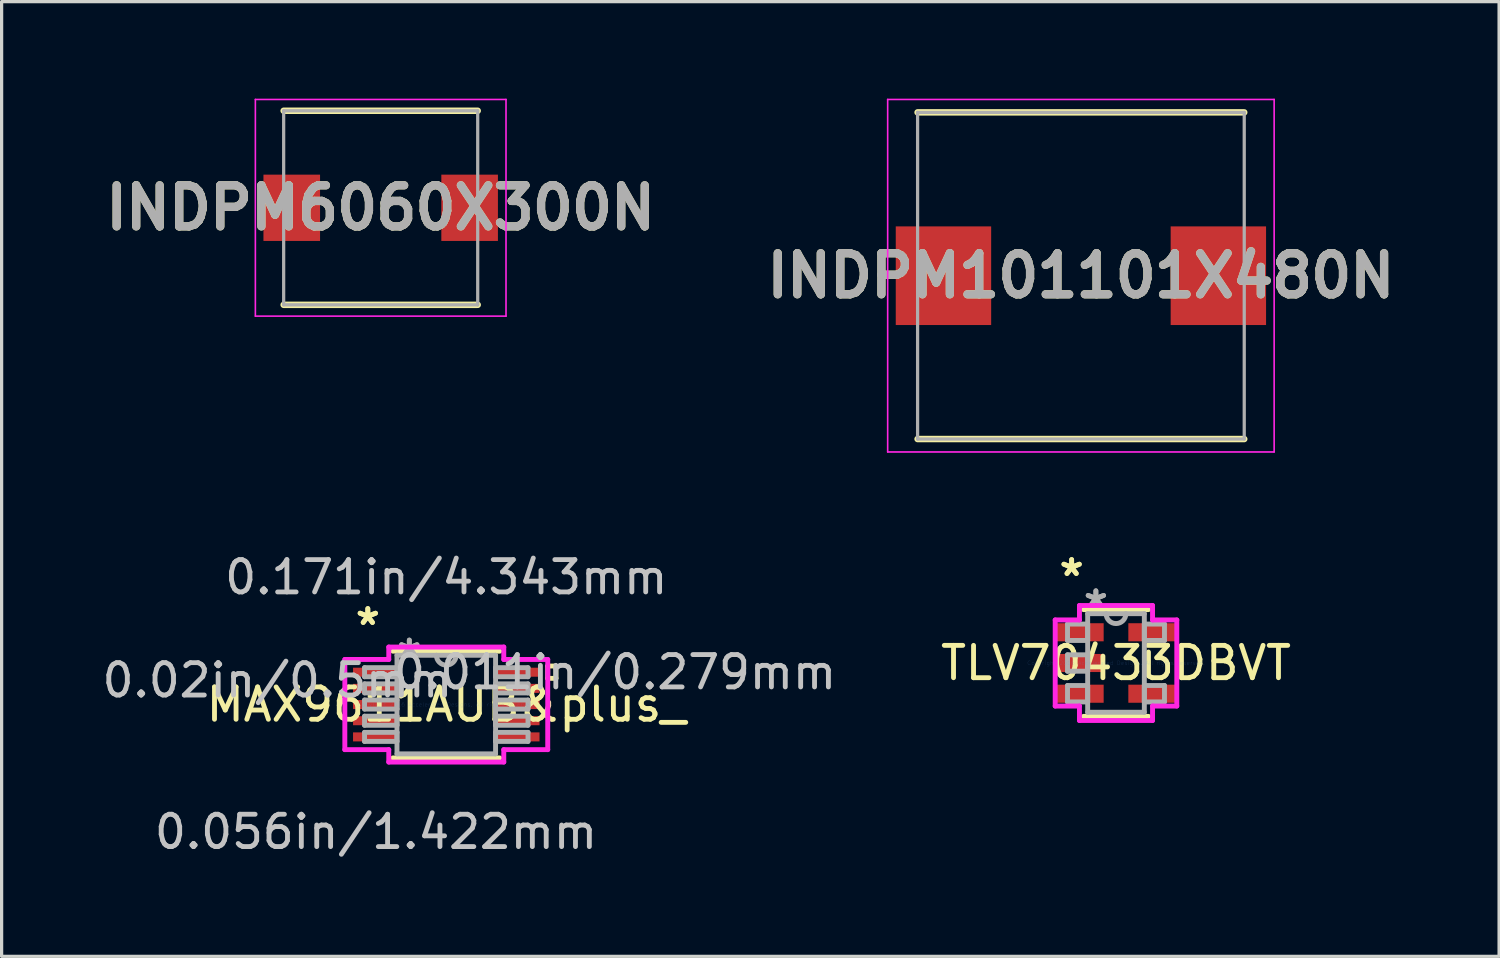
<source format=kicad_pcb>
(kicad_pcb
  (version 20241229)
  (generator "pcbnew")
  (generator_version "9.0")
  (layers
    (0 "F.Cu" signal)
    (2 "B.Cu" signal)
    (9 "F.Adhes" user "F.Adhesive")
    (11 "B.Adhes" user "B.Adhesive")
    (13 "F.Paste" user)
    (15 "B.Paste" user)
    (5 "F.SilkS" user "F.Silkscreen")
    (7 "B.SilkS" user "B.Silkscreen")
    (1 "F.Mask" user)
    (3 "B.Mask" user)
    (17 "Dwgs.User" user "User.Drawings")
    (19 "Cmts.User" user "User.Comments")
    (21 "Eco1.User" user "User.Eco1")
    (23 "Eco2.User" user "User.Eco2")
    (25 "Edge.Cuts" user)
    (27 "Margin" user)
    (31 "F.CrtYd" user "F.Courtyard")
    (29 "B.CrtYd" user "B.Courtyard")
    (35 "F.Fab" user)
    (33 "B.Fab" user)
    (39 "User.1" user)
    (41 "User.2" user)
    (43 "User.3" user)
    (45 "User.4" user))
  (footprint "MAX9611AUB&plus_"
    (layer "F.Cu")
    (at 10.749 18.735)
    (property "Reference" "MAX9611AUB&plus_" (at 0 0 0) (layer "F.SilkS") (effects (font (size 1 1) (thickness 0.15))))
    (attr through_hole)
    (fp_line (start -1.651 1.651) (end 1.651 1.651) (stroke (width 0.152) (type solid)) (layer "F.SilkS"))
    (fp_line (start 1.651 -1.651) (end -1.651 -1.651) (stroke (width 0.152) (type solid)) (layer "F.SilkS"))
    (fp_line (start 3.137 -1.191) (end 3.391 -1.191) (stroke (width 0.152) (type solid)) (layer "F.SilkS"))
    (fp_line (start 3.137 -0.81) (end 3.137 -1.191) (stroke (width 0.152) (type solid)) (layer "F.SilkS"))
    (fp_line (start 3.391 -1.191) (end 3.391 -0.81) (stroke (width 0.152) (type solid)) (layer "F.SilkS"))
    (fp_line (start 3.391 -0.81) (end 3.137 -0.81) (stroke (width 0.152) (type solid)) (layer "F.SilkS"))
    (fp_line (start -3.137 -1.394) (end -1.778 -1.394) (stroke (width 0.152) (type solid)) (layer "F.CrtYd"))
    (fp_line (start -3.137 1.394) (end -3.137 -1.394) (stroke (width 0.152) (type solid)) (layer "F.CrtYd"))
    (fp_line (start -1.778 -1.778) (end 1.778 -1.778) (stroke (width 0.152) (type solid)) (layer "F.CrtYd"))
    (fp_line (start -1.778 -1.394) (end -1.778 -1.778) (stroke (width 0.152) (type solid)) (layer "F.CrtYd"))
    (fp_line (start -1.778 1.394) (end -3.137 1.394) (stroke (width 0.152) (type solid)) (layer "F.CrtYd"))
    (fp_line (start -1.778 1.778) (end -1.778 1.394) (stroke (width 0.152) (type solid)) (layer "F.CrtYd"))
    (fp_line (start 1.778 -1.778) (end 1.778 -1.394) (stroke (width 0.152) (type solid)) (layer "F.CrtYd"))
    (fp_line (start 1.778 -1.394) (end 3.137 -1.394) (stroke (width 0.152) (type solid)) (layer "F.CrtYd"))
    (fp_line (start 1.778 1.394) (end 1.778 1.778) (stroke (width 0.152) (type solid)) (layer "F.CrtYd"))
    (fp_line (start 1.778 1.778) (end -1.778 1.778) (stroke (width 0.152) (type solid)) (layer "F.CrtYd"))
    (fp_line (start 3.137 -1.394) (end 3.137 1.394) (stroke (width 0.152) (type solid)) (layer "F.CrtYd"))
    (fp_line (start 3.137 1.394) (end 1.778 1.394) (stroke (width 0.152) (type solid)) (layer "F.CrtYd"))
    (fp_line (start -2.527 -1.14) (end -2.527 -0.86) (stroke (width 0.152) (type solid)) (layer "F.Fab"))
    (fp_line (start -2.527 -0.86) (end -1.524 -0.86) (stroke (width 0.152) (type solid)) (layer "F.Fab"))
    (fp_line (start -2.527 -0.64) (end -2.527 -0.36) (stroke (width 0.152) (type solid)) (layer "F.Fab"))
    (fp_line (start -2.527 -0.36) (end -1.524 -0.36) (stroke (width 0.152) (type solid)) (layer "F.Fab"))
    (fp_line (start -2.527 -0.14) (end -2.527 0.14) (stroke (width 0.152) (type solid)) (layer "F.Fab"))
    (fp_line (start -2.527 0.14) (end -1.524 0.14) (stroke (width 0.152) (type solid)) (layer "F.Fab"))
    (fp_line (start -2.527 0.36) (end -2.527 0.64) (stroke (width 0.152) (type solid)) (layer "F.Fab"))
    (fp_line (start -2.527 0.64) (end -1.524 0.64) (stroke (width 0.152) (type solid)) (layer "F.Fab"))
    (fp_line (start -2.527 0.86) (end -2.527 1.14) (stroke (width 0.152) (type solid)) (layer "F.Fab"))
    (fp_line (start -2.527 1.14) (end -1.524 1.14) (stroke (width 0.152) (type solid)) (layer "F.Fab"))
    (fp_line (start -1.524 -1.524) (end -1.524 1.524) (stroke (width 0.152) (type solid)) (layer "F.Fab"))
    (fp_line (start -1.524 -1.14) (end -2.527 -1.14) (stroke (width 0.152) (type solid)) (layer "F.Fab"))
    (fp_line (start -1.524 -0.86) (end -1.524 -1.14) (stroke (width 0.152) (type solid)) (layer "F.Fab"))
    (fp_line (start -1.524 -0.64) (end -2.527 -0.64) (stroke (width 0.152) (type solid)) (layer "F.Fab"))
    (fp_line (start -1.524 -0.36) (end -1.524 -0.64) (stroke (width 0.152) (type solid)) (layer "F.Fab"))
    (fp_line (start -1.524 -0.14) (end -2.527 -0.14) (stroke (width 0.152) (type solid)) (layer "F.Fab"))
    (fp_line (start -1.524 0.14) (end -1.524 -0.14) (stroke (width 0.152) (type solid)) (layer "F.Fab"))
    (fp_line (start -1.524 0.36) (end -2.527 0.36) (stroke (width 0.152) (type solid)) (layer "F.Fab"))
    (fp_line (start -1.524 0.64) (end -1.524 0.36) (stroke (width 0.152) (type solid)) (layer "F.Fab"))
    (fp_line (start -1.524 0.86) (end -2.527 0.86) (stroke (width 0.152) (type solid)) (layer "F.Fab"))
    (fp_line (start -1.524 1.14) (end -1.524 0.86) (stroke (width 0.152) (type solid)) (layer "F.Fab"))
    (fp_line (start -1.524 1.524) (end 1.524 1.524) (stroke (width 0.152) (type solid)) (layer "F.Fab"))
    (fp_line (start 1.524 -1.524) (end -1.524 -1.524) (stroke (width 0.152) (type solid)) (layer "F.Fab"))
    (fp_line (start 1.524 -1.14) (end 1.524 -0.86) (stroke (width 0.152) (type solid)) (layer "F.Fab"))
    (fp_line (start 1.524 -0.86) (end 2.527 -0.86) (stroke (width 0.152) (type solid)) (layer "F.Fab"))
    (fp_line (start 1.524 -0.64) (end 1.524 -0.36) (stroke (width 0.152) (type solid)) (layer "F.Fab"))
    (fp_line (start 1.524 -0.36) (end 2.527 -0.36) (stroke (width 0.152) (type solid)) (layer "F.Fab"))
    (fp_line (start 1.524 -0.14) (end 1.524 0.14) (stroke (width 0.152) (type solid)) (layer "F.Fab"))
    (fp_line (start 1.524 0.14) (end 2.527 0.14) (stroke (width 0.152) (type solid)) (layer "F.Fab"))
    (fp_line (start 1.524 0.36) (end 1.524 0.64) (stroke (width 0.152) (type solid)) (layer "F.Fab"))
    (fp_line (start 1.524 0.64) (end 2.527 0.64) (stroke (width 0.152) (type solid)) (layer "F.Fab"))
    (fp_line (start 1.524 0.86) (end 1.524 1.14) (stroke (width 0.152) (type solid)) (layer "F.Fab"))
    (fp_line (start 1.524 1.14) (end 2.527 1.14) (stroke (width 0.152) (type solid)) (layer "F.Fab"))
    (fp_line (start 1.524 1.524) (end 1.524 -1.524) (stroke (width 0.152) (type solid)) (layer "F.Fab"))
    (fp_line (start 2.527 -1.14) (end 1.524 -1.14) (stroke (width 0.152) (type solid)) (layer "F.Fab"))
    (fp_line (start 2.527 -0.86) (end 2.527 -1.14) (stroke (width 0.152) (type solid)) (layer "F.Fab"))
    (fp_line (start 2.527 -0.64) (end 1.524 -0.64) (stroke (width 0.152) (type solid)) (layer "F.Fab"))
    (fp_line (start 2.527 -0.36) (end 2.527 -0.64) (stroke (width 0.152) (type solid)) (layer "F.Fab"))
    (fp_line (start 2.527 -0.14) (end 1.524 -0.14) (stroke (width 0.152) (type solid)) (layer "F.Fab"))
    (fp_line (start 2.527 0.14) (end 2.527 -0.14) (stroke (width 0.152) (type solid)) (layer "F.Fab"))
    (fp_line (start 2.527 0.36) (end 1.524 0.36) (stroke (width 0.152) (type solid)) (layer "F.Fab"))
    (fp_line (start 2.527 0.64) (end 2.527 0.36) (stroke (width 0.152) (type solid)) (layer "F.Fab"))
    (fp_line (start 2.527 0.86) (end 1.524 0.86) (stroke (width 0.152) (type solid)) (layer "F.Fab"))
    (fp_line (start 2.527 1.14) (end 2.527 0.86) (stroke (width 0.152) (type solid)) (layer "F.Fab"))
    (fp_arc (start 0.3048 -1.524) (mid 0 -1.2192) (end -0.3048 -1.524) (stroke (width 0.1524) (type solid)) (layer "F.Fab"))
    (fp_text user "*" (at -2.426 -2.422 0) (layer "F.SilkS") (effects (font (size 1 1) (thickness 0.15))))
    (fp_text user "*" (at -2.426 -2.422 0) (layer "F.SilkS") (effects (font (size 1 1) (thickness 0.15))))
    (fp_text user "0.056in/1.422mm" (at -2.172 3.937 0) (layer "Dwgs.User") (effects (font (size 1 1) (thickness 0.15))))
    (fp_text user "0.011in/0.279mm" (at 5.22 -1 0) (layer "Dwgs.User") (effects (font (size 1 1) (thickness 0.15))))
    (fp_text user "0.02in/0.5mm" (at -5.22 -0.75 0) (layer "Dwgs.User") (effects (font (size 1 1) (thickness 0.15))))
    (fp_text user "0.171in/4.343mm" (at 0 -3.937 0) (layer "Dwgs.User") (effects (font (size 1 1) (thickness 0.15))))
    (fp_text user "Copyright 2016 Accelerated Designs. All rights reserved." (at 0 0 0) (layer "Cmts.User") (effects (font (size 0.127 0.127) (thickness 0.002))))
    (fp_text user "*" (at -1.143 -1.448 0) (layer "F.Fab") (effects (font (size 1 1) (thickness 0.15))))
    (fp_text user "*" (at -1.143 -1.448 0) (layer "F.Fab") (effects (font (size 1 1) (thickness 0.15))))
    (pad "1" smd rect (at -2.172 -1) (size 1.422 0.279) (layers "F.Cu" "F.Mask" "F.Paste"))
    (pad "2" smd rect (at -2.172 -0.5) (size 1.422 0.279) (layers "F.Cu" "F.Mask" "F.Paste"))
    (pad "3" smd rect (at -2.172 0) (size 1.422 0.279) (layers "F.Cu" "F.Mask" "F.Paste"))
    (pad "4" smd rect (at -2.172 0.5) (size 1.422 0.279) (layers "F.Cu" "F.Mask" "F.Paste"))
    (pad "5" smd rect (at -2.172 1) (size 1.422 0.279) (layers "F.Cu" "F.Mask" "F.Paste"))
    (pad "6" smd rect (at 2.172 1) (size 1.422 0.279) (layers "F.Cu" "F.Mask" "F.Paste"))
    (pad "7" smd rect (at 2.172 0.5) (size 1.422 0.279) (layers "F.Cu" "F.Mask" "F.Paste"))
    (pad "8" smd rect (at 2.172 0) (size 1.422 0.279) (layers "F.Cu" "F.Mask" "F.Paste"))
    (pad "9" smd rect (at 2.172 -0.5) (size 1.422 0.279) (layers "F.Cu" "F.Mask" "F.Paste"))
    (pad "10" smd rect (at 2.172 -1) (size 1.422 0.279) (layers "F.Cu" "F.Mask" "F.Paste")))
  (footprint "INDPM6060X300N"
    (layer "F.Cu")
    (at 8.721 3.375)
    (property "Reference" "INDPM6060X300N" (at 0 0 0) (layer "F.SilkS") (effects (font (size 1.27 1.27) (thickness 0.254))))
    (attr smd)
    (fp_line (start -3 3) (end 3 3) (stroke (width 0.2) (type solid)) (layer "F.SilkS"))
    (fp_line (start 3 -3) (end -3 -3) (stroke (width 0.2) (type solid)) (layer "F.SilkS"))
    (fp_line (start -3.875 -3.35) (end 3.875 -3.35) (stroke (width 0.05) (type solid)) (layer "F.CrtYd"))
    (fp_line (start -3.875 3.35) (end -3.875 -3.35) (stroke (width 0.05) (type solid)) (layer "F.CrtYd"))
    (fp_line (start 3.875 -3.35) (end 3.875 3.35) (stroke (width 0.05) (type solid)) (layer "F.CrtYd"))
    (fp_line (start 3.875 3.35) (end -3.875 3.35) (stroke (width 0.05) (type solid)) (layer "F.CrtYd"))
    (fp_line (start -3 -3) (end 3 -3) (stroke (width 0.1) (type solid)) (layer "F.Fab"))
    (fp_line (start -3 3) (end -3 -3) (stroke (width 0.1) (type solid)) (layer "F.Fab"))
    (fp_line (start 3 -3) (end 3 3) (stroke (width 0.1) (type solid)) (layer "F.Fab"))
    (fp_line (start 3 3) (end -3 3) (stroke (width 0.1) (type solid)) (layer "F.Fab"))
    (fp_text user "${REFERENCE}" (at 0 0 0) (layer "F.Fab") (effects (font (size 1.27 1.27) (thickness 0.254))))
    (pad "1" smd rect (at -2.75 0) (size 1.75 2.05) (layers "F.Cu" "F.Mask" "F.Paste"))
    (pad "2" smd rect (at 2.75 0) (size 1.75 2.05) (layers "F.Cu" "F.Mask" "F.Paste")))
  (footprint "INDPM101101X480N"
    (layer "F.Cu")
    (at 30.372 5.475)
    (property "Reference" "INDPM101101X480N" (at 0 0 0) (layer "F.SilkS") (effects (font (size 1.27 1.27) (thickness 0.254))))
    (attr smd)
    (fp_line (start -5.05 5.05) (end 5.05 5.05) (stroke (width 0.2) (type solid)) (layer "F.SilkS"))
    (fp_line (start 5.05 -5.05) (end -5.05 -5.05) (stroke (width 0.2) (type solid)) (layer "F.SilkS"))
    (fp_line (start -5.975 -5.45) (end 5.975 -5.45) (stroke (width 0.05) (type solid)) (layer "F.CrtYd"))
    (fp_line (start -5.975 5.45) (end -5.975 -5.45) (stroke (width 0.05) (type solid)) (layer "F.CrtYd"))
    (fp_line (start 5.975 -5.45) (end 5.975 5.45) (stroke (width 0.05) (type solid)) (layer "F.CrtYd"))
    (fp_line (start 5.975 5.45) (end -5.975 5.45) (stroke (width 0.05) (type solid)) (layer "F.CrtYd"))
    (fp_line (start -5.05 -5.05) (end 5.05 -5.05) (stroke (width 0.1) (type solid)) (layer "F.Fab"))
    (fp_line (start -5.05 5.05) (end -5.05 -5.05) (stroke (width 0.1) (type solid)) (layer "F.Fab"))
    (fp_line (start 5.05 -5.05) (end 5.05 5.05) (stroke (width 0.1) (type solid)) (layer "F.Fab"))
    (fp_line (start 5.05 5.05) (end -5.05 5.05) (stroke (width 0.1) (type solid)) (layer "F.Fab"))
    (fp_text user "${REFERENCE}" (at 0 0 0) (layer "F.Fab") (effects (font (size 1.27 1.27) (thickness 0.254))))
    (pad "1" smd rect (at -4.25 0) (size 2.95 3.05) (layers "F.Cu" "F.Mask" "F.Paste"))
    (pad "2" smd rect (at 4.25 0) (size 2.95 3.05) (layers "F.Cu" "F.Mask" "F.Paste")))
  (footprint "TLV70433DBVT"
    (layer "F.Cu")
    (at 31.457 17.45)
    (property "Reference" "TLV70433DBVT" (at 0 0 0) (layer "F.SilkS") (effects (font (size 1 1) (thickness 0.15))))
    (attr through_hole)
    (fp_line (start -1.003 1.651) (end 1.003 1.651) (stroke (width 0.152) (type solid)) (layer "F.SilkS"))
    (fp_line (start 1.003 -1.651) (end -1.003 -1.651) (stroke (width 0.152) (type solid)) (layer "F.SilkS"))
    (fp_line (start 1.003 0.338) (end 1.003 -0.338) (stroke (width 0.152) (type solid)) (layer "F.SilkS"))
    (fp_line (start -1.88 -1.331) (end -1.13 -1.331) (stroke (width 0.152) (type solid)) (layer "F.CrtYd"))
    (fp_line (start -1.88 1.331) (end -1.88 -1.331) (stroke (width 0.152) (type solid)) (layer "F.CrtYd"))
    (fp_line (start -1.13 -1.778) (end 1.13 -1.778) (stroke (width 0.152) (type solid)) (layer "F.CrtYd"))
    (fp_line (start -1.13 -1.331) (end -1.13 -1.778) (stroke (width 0.152) (type solid)) (layer "F.CrtYd"))
    (fp_line (start -1.13 1.331) (end -1.88 1.331) (stroke (width 0.152) (type solid)) (layer "F.CrtYd"))
    (fp_line (start -1.13 1.778) (end -1.13 1.331) (stroke (width 0.152) (type solid)) (layer "F.CrtYd"))
    (fp_line (start 1.13 -1.778) (end 1.13 -1.331) (stroke (width 0.152) (type solid)) (layer "F.CrtYd"))
    (fp_line (start 1.13 -1.331) (end 1.88 -1.331) (stroke (width 0.152) (type solid)) (layer "F.CrtYd"))
    (fp_line (start 1.13 1.331) (end 1.13 1.778) (stroke (width 0.152) (type solid)) (layer "F.CrtYd"))
    (fp_line (start 1.13 1.778) (end -1.13 1.778) (stroke (width 0.152) (type solid)) (layer "F.CrtYd"))
    (fp_line (start 1.88 -1.331) (end 1.88 1.331) (stroke (width 0.152) (type solid)) (layer "F.CrtYd"))
    (fp_line (start 1.88 1.331) (end 1.13 1.331) (stroke (width 0.152) (type solid)) (layer "F.CrtYd"))
    (fp_line (start -1.499 -1.204) (end -1.499 -0.696) (stroke (width 0.152) (type solid)) (layer "F.Fab"))
    (fp_line (start -1.499 -0.696) (end -0.876 -0.696) (stroke (width 0.152) (type solid)) (layer "F.Fab"))
    (fp_line (start -1.499 -0.254) (end -1.499 0.254) (stroke (width 0.152) (type solid)) (layer "F.Fab"))
    (fp_line (start -1.499 0.254) (end -0.876 0.254) (stroke (width 0.152) (type solid)) (layer "F.Fab"))
    (fp_line (start -1.499 0.696) (end -1.499 1.204) (stroke (width 0.152) (type solid)) (layer "F.Fab"))
    (fp_line (start -1.499 1.204) (end -0.876 1.204) (stroke (width 0.152) (type solid)) (layer "F.Fab"))
    (fp_line (start -0.876 -1.524) (end -0.876 1.524) (stroke (width 0.152) (type solid)) (layer "F.Fab"))
    (fp_line (start -0.876 -1.204) (end -1.499 -1.204) (stroke (width 0.152) (type solid)) (layer "F.Fab"))
    (fp_line (start -0.876 -0.696) (end -0.876 -1.204) (stroke (width 0.152) (type solid)) (layer "F.Fab"))
    (fp_line (start -0.876 -0.254) (end -1.499 -0.254) (stroke (width 0.152) (type solid)) (layer "F.Fab"))
    (fp_line (start -0.876 0.254) (end -0.876 -0.254) (stroke (width 0.152) (type solid)) (layer "F.Fab"))
    (fp_line (start -0.876 0.696) (end -1.499 0.696) (stroke (width 0.152) (type solid)) (layer "F.Fab"))
    (fp_line (start -0.876 1.204) (end -0.876 0.696) (stroke (width 0.152) (type solid)) (layer "F.Fab"))
    (fp_line (start -0.876 1.524) (end 0.876 1.524) (stroke (width 0.152) (type solid)) (layer "F.Fab"))
    (fp_line (start 0.876 -1.524) (end -0.876 -1.524) (stroke (width 0.152) (type solid)) (layer "F.Fab"))
    (fp_line (start 0.876 -1.204) (end 0.876 -0.696) (stroke (width 0.152) (type solid)) (layer "F.Fab"))
    (fp_line (start 0.876 -0.696) (end 1.499 -0.696) (stroke (width 0.152) (type solid)) (layer "F.Fab"))
    (fp_line (start 0.876 0.696) (end 0.876 1.204) (stroke (width 0.152) (type solid)) (layer "F.Fab"))
    (fp_line (start 0.876 1.204) (end 1.499 1.204) (stroke (width 0.152) (type solid)) (layer "F.Fab"))
    (fp_line (start 0.876 1.524) (end 0.876 -1.524) (stroke (width 0.152) (type solid)) (layer "F.Fab"))
    (fp_line (start 1.499 -1.204) (end 0.876 -1.204) (stroke (width 0.152) (type solid)) (layer "F.Fab"))
    (fp_line (start 1.499 -0.696) (end 1.499 -1.204) (stroke (width 0.152) (type solid)) (layer "F.Fab"))
    (fp_line (start 1.499 0.696) (end 0.876 0.696) (stroke (width 0.152) (type solid)) (layer "F.Fab"))
    (fp_line (start 1.499 1.204) (end 1.499 0.696) (stroke (width 0.152) (type solid)) (layer "F.Fab"))
    (fp_arc (start 0.3048 -1.524) (mid 0 -1.2192) (end -0.3048 -1.524) (stroke (width 0.1524) (type solid)) (layer "F.Fab"))
    (fp_text user "*" (at -1.372 -2.652 0) (layer "F.SilkS") (effects (font (size 1 1) (thickness 0.15))))
    (fp_text user "*" (at -1.372 -2.652 0) (layer "F.SilkS") (effects (font (size 1 1) (thickness 0.15))))
    (fp_text user "Copyright 2016 Accelerated Designs. All rights reserved." (at 0 0 0) (layer "Cmts.User") (effects (font (size 0.127 0.127) (thickness 0.002))))
    (fp_text user "*" (at -0.622 -1.687 0) (layer "F.Fab") (effects (font (size 1 1) (thickness 0.15))))
    (fp_text user "*" (at -0.622 -1.687 0) (layer "F.Fab") (effects (font (size 1 1) (thickness 0.15))))
    (pad "1" smd rect (at -1.118 -0.95) (size 1.473 0.559) (layers "F.Cu" "F.Mask" "F.Paste"))
    (pad "2" smd rect (at -1.118 0) (size 1.473 0.559) (layers "F.Cu" "F.Mask" "F.Paste"))
    (pad "3" smd rect (at -1.118 0.95) (size 1.473 0.559) (layers "F.Cu" "F.Mask" "F.Paste"))
    (pad "4" smd rect (at 1.118 0.95) (size 1.473 0.559) (layers "F.Cu" "F.Mask" "F.Paste"))
    (pad "5" smd rect (at 1.118 -0.95) (size 1.473 0.559) (layers "F.Cu" "F.Mask" "F.Paste")))
  (gr_rect
    (start -3 -3)
    (end 43.302 26.52)
    (stroke (width 0.1) (type default))
    (fill no)
    (layer "Edge.Cuts")))
</source>
